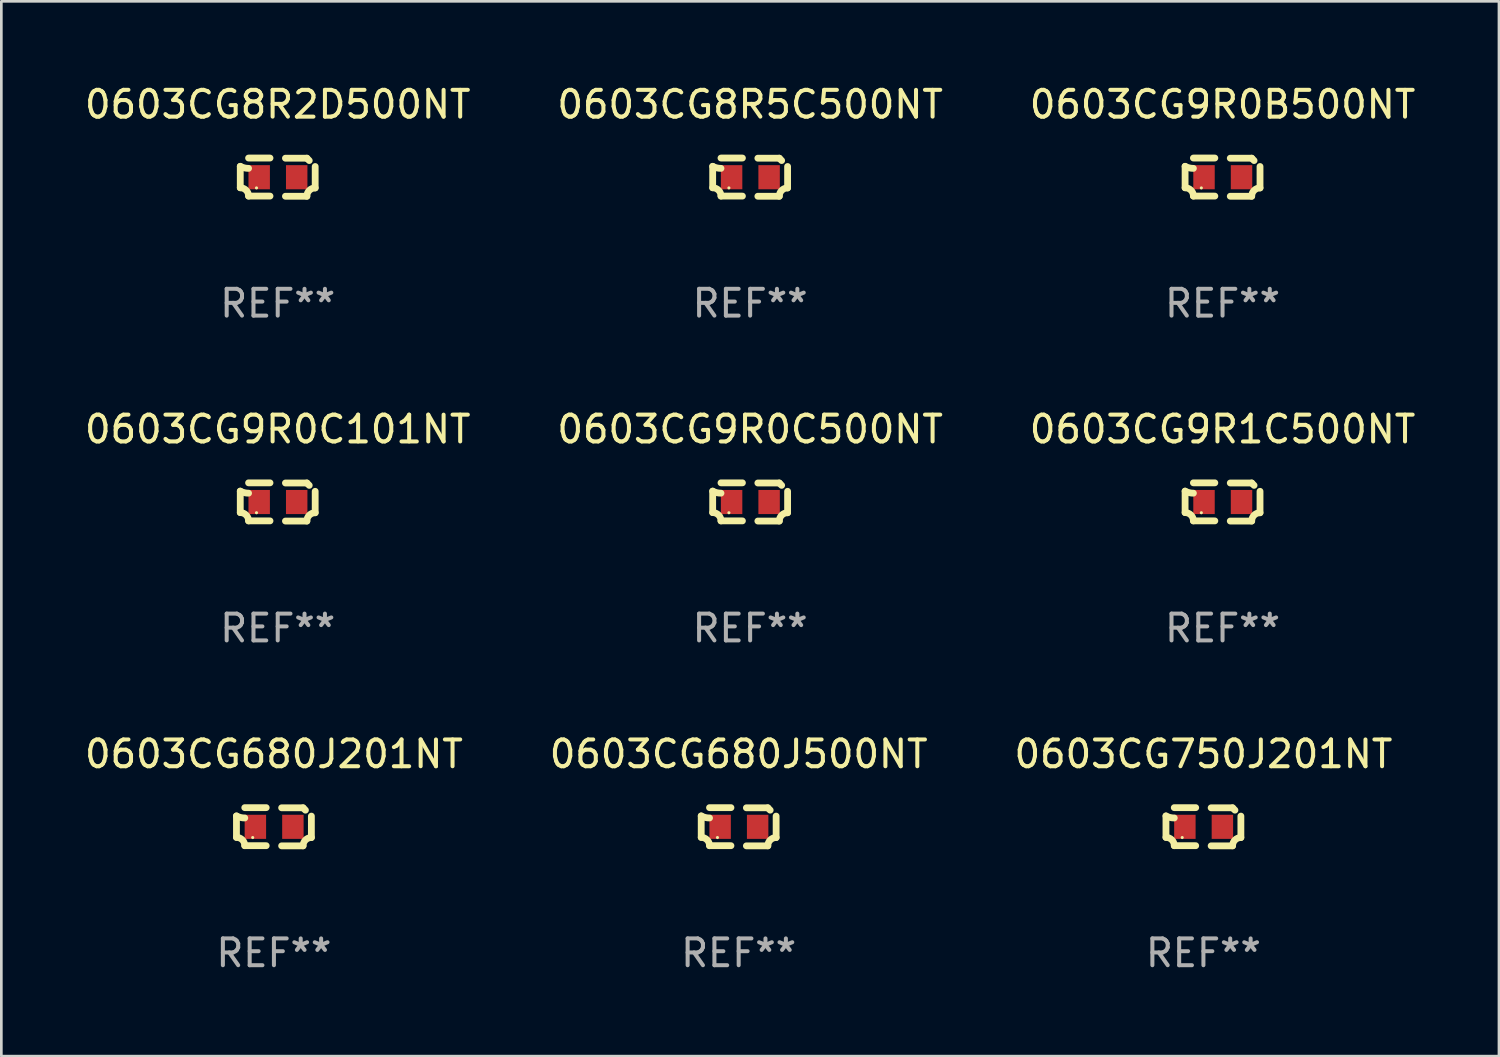
<source format=kicad_pcb>
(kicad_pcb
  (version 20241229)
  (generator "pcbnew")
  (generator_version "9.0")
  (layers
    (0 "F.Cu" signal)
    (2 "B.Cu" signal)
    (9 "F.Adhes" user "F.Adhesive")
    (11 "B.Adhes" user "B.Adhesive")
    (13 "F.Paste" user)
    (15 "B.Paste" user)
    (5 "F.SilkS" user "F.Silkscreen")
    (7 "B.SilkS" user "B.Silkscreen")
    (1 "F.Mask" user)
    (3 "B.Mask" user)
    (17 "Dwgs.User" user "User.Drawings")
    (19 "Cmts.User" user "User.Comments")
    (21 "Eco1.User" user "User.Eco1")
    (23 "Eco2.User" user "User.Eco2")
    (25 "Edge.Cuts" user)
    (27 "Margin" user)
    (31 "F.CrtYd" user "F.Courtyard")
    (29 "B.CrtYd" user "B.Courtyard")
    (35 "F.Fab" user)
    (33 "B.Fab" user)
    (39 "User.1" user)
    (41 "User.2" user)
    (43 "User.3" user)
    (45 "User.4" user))
  (footprint "0603CG750J201NT"
    (layer "F.Cu")
    (at 41.863 27.805)
    (property "Reference" "0603CG750J201NT" (at 0 -2.713 0) (layer "F.SilkS") (effects (font (size 1 1) (thickness 0.15))))
    (attr through_hole)
    (fp_line (start -1.398 -0.403) (end -1.398 0.397) (stroke (width 0.254) (type solid)) (layer "F.SilkS"))
    (fp_line (start -0.288 -0.713) (end -1.088 -0.713) (stroke (width 0.254) (type solid)) (layer "F.SilkS"))
    (fp_line (start -0.288 0.707) (end -1.088 0.707) (stroke (width 0.254) (type solid)) (layer "F.SilkS"))
    (fp_line (start 0.288 -0.707) (end 1.088 -0.707) (stroke (width 0.254) (type solid)) (layer "F.SilkS"))
    (fp_line (start 0.288 0.713) (end 1.088 0.713) (stroke (width 0.254) (type solid)) (layer "F.SilkS"))
    (fp_line (start 1.398 -0.397) (end 1.398 0.403) (stroke (width 0.254) (type solid)) (layer "F.SilkS"))
    (fp_arc (start -1.397789 0.397066) (mid -1.178701 0.487826) (end -1.08796 0.706922) (stroke (width 0.254001) (type solid)) (layer "F.SilkS"))
    (fp_arc (start -1.08796 -0.327176) (mid -1.247436 -0.346384) (end -1.39779 -0.402908) (stroke (width 0.254001) (type solid)) (layer "F.SilkS"))
    (fp_arc (start 1.087909 0.712738) (mid 1.178656 0.493655) (end 1.397739 0.402908) (stroke (width 0.254001) (type solid)) (layer "F.SilkS"))
    (fp_arc (start 1.175925 -0.618926) (mid 1.131917 -0.662923) (end 1.08791 -0.706922) (stroke (width 0.254001) (type solid)) (layer "F.SilkS"))
    (fp_circle (center -0.792 0.403) (end -0.762 0.403) (stroke (width 0.06) (type solid)) (fill no) (layer "F.SilkS"))
    (fp_text user "REF**" (at 0 4.713 0) (layer "F.Fab") (effects (font (size 1 1) (thickness 0.15))))
    (pad "1" smd rect (at -0.692 0.003) (size 0.8 0.9) (layers "F.Cu" "F.Mask" "F.Paste"))
    (pad "2" smd rect (at 0.708 0.003) (size 0.8 0.9) (layers "F.Cu" "F.Mask" "F.Paste")))
  (footprint "0603CG8R2D500NT"
    (layer "F.Cu")
    (at 7.315 3.561)
    (property "Reference" "0603CG8R2D500NT" (at 0 -2.713 0) (layer "F.SilkS") (effects (font (size 1 1) (thickness 0.15))))
    (attr through_hole)
    (fp_line (start -1.398 -0.403) (end -1.398 0.397) (stroke (width 0.254) (type solid)) (layer "F.SilkS"))
    (fp_line (start -0.288 -0.713) (end -1.088 -0.713) (stroke (width 0.254) (type solid)) (layer "F.SilkS"))
    (fp_line (start -0.288 0.707) (end -1.088 0.707) (stroke (width 0.254) (type solid)) (layer "F.SilkS"))
    (fp_line (start 0.288 -0.707) (end 1.088 -0.707) (stroke (width 0.254) (type solid)) (layer "F.SilkS"))
    (fp_line (start 0.288 0.713) (end 1.088 0.713) (stroke (width 0.254) (type solid)) (layer "F.SilkS"))
    (fp_line (start 1.398 -0.397) (end 1.398 0.403) (stroke (width 0.254) (type solid)) (layer "F.SilkS"))
    (fp_arc (start -1.397789 0.397066) (mid -1.178701 0.487826) (end -1.08796 0.706922) (stroke (width 0.254001) (type solid)) (layer "F.SilkS"))
    (fp_arc (start -1.08796 -0.327176) (mid -1.247436 -0.346384) (end -1.39779 -0.402908) (stroke (width 0.254001) (type solid)) (layer "F.SilkS"))
    (fp_arc (start 1.087909 0.712738) (mid 1.178656 0.493655) (end 1.397739 0.402908) (stroke (width 0.254001) (type solid)) (layer "F.SilkS"))
    (fp_arc (start 1.175925 -0.618926) (mid 1.131917 -0.662923) (end 1.08791 -0.706922) (stroke (width 0.254001) (type solid)) (layer "F.SilkS"))
    (fp_circle (center -0.792 0.403) (end -0.762 0.403) (stroke (width 0.06) (type solid)) (fill no) (layer "F.SilkS"))
    (fp_text user "REF**" (at 0 4.713 0) (layer "F.Fab") (effects (font (size 1 1) (thickness 0.15))))
    (pad "1" smd rect (at -0.692 0.003) (size 0.8 0.9) (layers "F.Cu" "F.Mask" "F.Paste"))
    (pad "2" smd rect (at 0.708 0.003) (size 0.8 0.9) (layers "F.Cu" "F.Mask" "F.Paste")))
  (footprint "0603CG680J500NT"
    (layer "F.Cu")
    (at 24.518 27.805)
    (property "Reference" "0603CG680J500NT" (at 0 -2.713 0) (layer "F.SilkS") (effects (font (size 1 1) (thickness 0.15))))
    (attr through_hole)
    (fp_line (start -1.398 -0.403) (end -1.398 0.397) (stroke (width 0.254) (type solid)) (layer "F.SilkS"))
    (fp_line (start -0.288 -0.713) (end -1.088 -0.713) (stroke (width 0.254) (type solid)) (layer "F.SilkS"))
    (fp_line (start -0.288 0.707) (end -1.088 0.707) (stroke (width 0.254) (type solid)) (layer "F.SilkS"))
    (fp_line (start 0.288 -0.707) (end 1.088 -0.707) (stroke (width 0.254) (type solid)) (layer "F.SilkS"))
    (fp_line (start 0.288 0.713) (end 1.088 0.713) (stroke (width 0.254) (type solid)) (layer "F.SilkS"))
    (fp_line (start 1.398 -0.397) (end 1.398 0.403) (stroke (width 0.254) (type solid)) (layer "F.SilkS"))
    (fp_arc (start -1.397789 0.397066) (mid -1.178701 0.487826) (end -1.08796 0.706922) (stroke (width 0.254001) (type solid)) (layer "F.SilkS"))
    (fp_arc (start -1.08796 -0.327176) (mid -1.247436 -0.346384) (end -1.39779 -0.402908) (stroke (width 0.254001) (type solid)) (layer "F.SilkS"))
    (fp_arc (start 1.087909 0.712738) (mid 1.178656 0.493655) (end 1.397739 0.402908) (stroke (width 0.254001) (type solid)) (layer "F.SilkS"))
    (fp_arc (start 1.175925 -0.618926) (mid 1.131917 -0.662923) (end 1.08791 -0.706922) (stroke (width 0.254001) (type solid)) (layer "F.SilkS"))
    (fp_circle (center -0.792 0.403) (end -0.762 0.403) (stroke (width 0.06) (type solid)) (fill no) (layer "F.SilkS"))
    (fp_text user "REF**" (at 0 4.713 0) (layer "F.Fab") (effects (font (size 1 1) (thickness 0.15))))
    (pad "1" smd rect (at -0.692 0.003) (size 0.8 0.9) (layers "F.Cu" "F.Mask" "F.Paste"))
    (pad "2" smd rect (at 0.708 0.003) (size 0.8 0.9) (layers "F.Cu" "F.Mask" "F.Paste")))
  (footprint "0603CG9R0C500NT"
    (layer "F.Cu")
    (at 24.946 15.683)
    (property "Reference" "0603CG9R0C500NT" (at 0 -2.713 0) (layer "F.SilkS") (effects (font (size 1 1) (thickness 0.15))))
    (attr through_hole)
    (fp_line (start -1.398 -0.403) (end -1.398 0.397) (stroke (width 0.254) (type solid)) (layer "F.SilkS"))
    (fp_line (start -0.288 -0.713) (end -1.088 -0.713) (stroke (width 0.254) (type solid)) (layer "F.SilkS"))
    (fp_line (start -0.288 0.707) (end -1.088 0.707) (stroke (width 0.254) (type solid)) (layer "F.SilkS"))
    (fp_line (start 0.288 -0.707) (end 1.088 -0.707) (stroke (width 0.254) (type solid)) (layer "F.SilkS"))
    (fp_line (start 0.288 0.713) (end 1.088 0.713) (stroke (width 0.254) (type solid)) (layer "F.SilkS"))
    (fp_line (start 1.398 -0.397) (end 1.398 0.403) (stroke (width 0.254) (type solid)) (layer "F.SilkS"))
    (fp_arc (start -1.397789 0.397066) (mid -1.178701 0.487826) (end -1.08796 0.706922) (stroke (width 0.254001) (type solid)) (layer "F.SilkS"))
    (fp_arc (start -1.08796 -0.327176) (mid -1.247436 -0.346384) (end -1.39779 -0.402908) (stroke (width 0.254001) (type solid)) (layer "F.SilkS"))
    (fp_arc (start 1.087909 0.712738) (mid 1.178656 0.493655) (end 1.397739 0.402908) (stroke (width 0.254001) (type solid)) (layer "F.SilkS"))
    (fp_arc (start 1.175925 -0.618926) (mid 1.131917 -0.662923) (end 1.08791 -0.706922) (stroke (width 0.254001) (type solid)) (layer "F.SilkS"))
    (fp_circle (center -0.792 0.403) (end -0.762 0.403) (stroke (width 0.06) (type solid)) (fill no) (layer "F.SilkS"))
    (fp_text user "REF**" (at 0 4.713 0) (layer "F.Fab") (effects (font (size 1 1) (thickness 0.15))))
    (pad "1" smd rect (at -0.692 0.003) (size 0.8 0.9) (layers "F.Cu" "F.Mask" "F.Paste"))
    (pad "2" smd rect (at 0.708 0.003) (size 0.8 0.9) (layers "F.Cu" "F.Mask" "F.Paste")))
  (footprint "0603CG8R5C500NT"
    (layer "F.Cu")
    (at 24.946 3.561)
    (property "Reference" "0603CG8R5C500NT" (at 0 -2.713 0) (layer "F.SilkS") (effects (font (size 1 1) (thickness 0.15))))
    (attr through_hole)
    (fp_line (start -1.398 -0.403) (end -1.398 0.397) (stroke (width 0.254) (type solid)) (layer "F.SilkS"))
    (fp_line (start -0.288 -0.713) (end -1.088 -0.713) (stroke (width 0.254) (type solid)) (layer "F.SilkS"))
    (fp_line (start -0.288 0.707) (end -1.088 0.707) (stroke (width 0.254) (type solid)) (layer "F.SilkS"))
    (fp_line (start 0.288 -0.707) (end 1.088 -0.707) (stroke (width 0.254) (type solid)) (layer "F.SilkS"))
    (fp_line (start 0.288 0.713) (end 1.088 0.713) (stroke (width 0.254) (type solid)) (layer "F.SilkS"))
    (fp_line (start 1.398 -0.397) (end 1.398 0.403) (stroke (width 0.254) (type solid)) (layer "F.SilkS"))
    (fp_arc (start -1.397789 0.397066) (mid -1.178701 0.487826) (end -1.08796 0.706922) (stroke (width 0.254001) (type solid)) (layer "F.SilkS"))
    (fp_arc (start -1.08796 -0.327176) (mid -1.247436 -0.346384) (end -1.39779 -0.402908) (stroke (width 0.254001) (type solid)) (layer "F.SilkS"))
    (fp_arc (start 1.087909 0.712738) (mid 1.178656 0.493655) (end 1.397739 0.402908) (stroke (width 0.254001) (type solid)) (layer "F.SilkS"))
    (fp_arc (start 1.175925 -0.618926) (mid 1.131917 -0.662923) (end 1.08791 -0.706922) (stroke (width 0.254001) (type solid)) (layer "F.SilkS"))
    (fp_circle (center -0.792 0.403) (end -0.762 0.403) (stroke (width 0.06) (type solid)) (fill no) (layer "F.SilkS"))
    (fp_text user "REF**" (at 0 4.713 0) (layer "F.Fab") (effects (font (size 1 1) (thickness 0.15))))
    (pad "1" smd rect (at -0.692 0.003) (size 0.8 0.9) (layers "F.Cu" "F.Mask" "F.Paste"))
    (pad "2" smd rect (at 0.708 0.003) (size 0.8 0.9) (layers "F.Cu" "F.Mask" "F.Paste")))
  (footprint "0603CG680J201NT"
    (layer "F.Cu")
    (at 7.173 27.805)
    (property "Reference" "0603CG680J201NT" (at 0 -2.713 0) (layer "F.SilkS") (effects (font (size 1 1) (thickness 0.15))))
    (attr through_hole)
    (fp_line (start -1.398 -0.403) (end -1.398 0.397) (stroke (width 0.254) (type solid)) (layer "F.SilkS"))
    (fp_line (start -0.288 -0.713) (end -1.088 -0.713) (stroke (width 0.254) (type solid)) (layer "F.SilkS"))
    (fp_line (start -0.288 0.707) (end -1.088 0.707) (stroke (width 0.254) (type solid)) (layer "F.SilkS"))
    (fp_line (start 0.288 -0.707) (end 1.088 -0.707) (stroke (width 0.254) (type solid)) (layer "F.SilkS"))
    (fp_line (start 0.288 0.713) (end 1.088 0.713) (stroke (width 0.254) (type solid)) (layer "F.SilkS"))
    (fp_line (start 1.398 -0.397) (end 1.398 0.403) (stroke (width 0.254) (type solid)) (layer "F.SilkS"))
    (fp_arc (start -1.397789 0.397066) (mid -1.178701 0.487826) (end -1.08796 0.706922) (stroke (width 0.254001) (type solid)) (layer "F.SilkS"))
    (fp_arc (start -1.08796 -0.327176) (mid -1.247436 -0.346384) (end -1.39779 -0.402908) (stroke (width 0.254001) (type solid)) (layer "F.SilkS"))
    (fp_arc (start 1.087909 0.712738) (mid 1.178656 0.493655) (end 1.397739 0.402908) (stroke (width 0.254001) (type solid)) (layer "F.SilkS"))
    (fp_arc (start 1.175925 -0.618926) (mid 1.131917 -0.662923) (end 1.08791 -0.706922) (stroke (width 0.254001) (type solid)) (layer "F.SilkS"))
    (fp_circle (center -0.792 0.403) (end -0.762 0.403) (stroke (width 0.06) (type solid)) (fill no) (layer "F.SilkS"))
    (fp_text user "REF**" (at 0 4.713 0) (layer "F.Fab") (effects (font (size 1 1) (thickness 0.15))))
    (pad "1" smd rect (at -0.692 0.003) (size 0.8 0.9) (layers "F.Cu" "F.Mask" "F.Paste"))
    (pad "2" smd rect (at 0.708 0.003) (size 0.8 0.9) (layers "F.Cu" "F.Mask" "F.Paste")))
  (footprint "0603CG9R1C500NT"
    (layer "F.Cu")
    (at 42.577 15.683)
    (property "Reference" "0603CG9R1C500NT" (at 0 -2.713 0) (layer "F.SilkS") (effects (font (size 1 1) (thickness 0.15))))
    (attr through_hole)
    (fp_line (start -1.398 -0.403) (end -1.398 0.397) (stroke (width 0.254) (type solid)) (layer "F.SilkS"))
    (fp_line (start -0.288 -0.713) (end -1.088 -0.713) (stroke (width 0.254) (type solid)) (layer "F.SilkS"))
    (fp_line (start -0.288 0.707) (end -1.088 0.707) (stroke (width 0.254) (type solid)) (layer "F.SilkS"))
    (fp_line (start 0.288 -0.707) (end 1.088 -0.707) (stroke (width 0.254) (type solid)) (layer "F.SilkS"))
    (fp_line (start 0.288 0.713) (end 1.088 0.713) (stroke (width 0.254) (type solid)) (layer "F.SilkS"))
    (fp_line (start 1.398 -0.397) (end 1.398 0.403) (stroke (width 0.254) (type solid)) (layer "F.SilkS"))
    (fp_arc (start -1.397789 0.397066) (mid -1.178701 0.487826) (end -1.08796 0.706922) (stroke (width 0.254001) (type solid)) (layer "F.SilkS"))
    (fp_arc (start -1.08796 -0.327176) (mid -1.247436 -0.346384) (end -1.39779 -0.402908) (stroke (width 0.254001) (type solid)) (layer "F.SilkS"))
    (fp_arc (start 1.087909 0.712738) (mid 1.178656 0.493655) (end 1.397739 0.402908) (stroke (width 0.254001) (type solid)) (layer "F.SilkS"))
    (fp_arc (start 1.175925 -0.618926) (mid 1.131917 -0.662923) (end 1.08791 -0.706922) (stroke (width 0.254001) (type solid)) (layer "F.SilkS"))
    (fp_circle (center -0.792 0.403) (end -0.762 0.403) (stroke (width 0.06) (type solid)) (fill no) (layer "F.SilkS"))
    (fp_text user "REF**" (at 0 4.713 0) (layer "F.Fab") (effects (font (size 1 1) (thickness 0.15))))
    (pad "1" smd rect (at -0.692 0.003) (size 0.8 0.9) (layers "F.Cu" "F.Mask" "F.Paste"))
    (pad "2" smd rect (at 0.708 0.003) (size 0.8 0.9) (layers "F.Cu" "F.Mask" "F.Paste")))
  (footprint "0603CG9R0C101NT"
    (layer "F.Cu")
    (at 7.315 15.683)
    (property "Reference" "0603CG9R0C101NT" (at 0 -2.713 0) (layer "F.SilkS") (effects (font (size 1 1) (thickness 0.15))))
    (attr through_hole)
    (fp_line (start -1.398 -0.403) (end -1.398 0.397) (stroke (width 0.254) (type solid)) (layer "F.SilkS"))
    (fp_line (start -0.288 -0.713) (end -1.088 -0.713) (stroke (width 0.254) (type solid)) (layer "F.SilkS"))
    (fp_line (start -0.288 0.707) (end -1.088 0.707) (stroke (width 0.254) (type solid)) (layer "F.SilkS"))
    (fp_line (start 0.288 -0.707) (end 1.088 -0.707) (stroke (width 0.254) (type solid)) (layer "F.SilkS"))
    (fp_line (start 0.288 0.713) (end 1.088 0.713) (stroke (width 0.254) (type solid)) (layer "F.SilkS"))
    (fp_line (start 1.398 -0.397) (end 1.398 0.403) (stroke (width 0.254) (type solid)) (layer "F.SilkS"))
    (fp_arc (start -1.397789 0.397066) (mid -1.178701 0.487826) (end -1.08796 0.706922) (stroke (width 0.254001) (type solid)) (layer "F.SilkS"))
    (fp_arc (start -1.08796 -0.327176) (mid -1.247436 -0.346384) (end -1.39779 -0.402908) (stroke (width 0.254001) (type solid)) (layer "F.SilkS"))
    (fp_arc (start 1.087909 0.712738) (mid 1.178656 0.493655) (end 1.397739 0.402908) (stroke (width 0.254001) (type solid)) (layer "F.SilkS"))
    (fp_arc (start 1.175925 -0.618926) (mid 1.131917 -0.662923) (end 1.08791 -0.706922) (stroke (width 0.254001) (type solid)) (layer "F.SilkS"))
    (fp_circle (center -0.792 0.403) (end -0.762 0.403) (stroke (width 0.06) (type solid)) (fill no) (layer "F.SilkS"))
    (fp_text user "REF**" (at 0 4.713 0) (layer "F.Fab") (effects (font (size 1 1) (thickness 0.15))))
    (pad "1" smd rect (at -0.692 0.003) (size 0.8 0.9) (layers "F.Cu" "F.Mask" "F.Paste"))
    (pad "2" smd rect (at 0.708 0.003) (size 0.8 0.9) (layers "F.Cu" "F.Mask" "F.Paste")))
  (footprint "0603CG9R0B500NT"
    (layer "F.Cu")
    (at 42.577 3.561)
    (property "Reference" "0603CG9R0B500NT" (at 0 -2.713 0) (layer "F.SilkS") (effects (font (size 1 1) (thickness 0.15))))
    (attr through_hole)
    (fp_line (start -1.398 -0.403) (end -1.398 0.397) (stroke (width 0.254) (type solid)) (layer "F.SilkS"))
    (fp_line (start -0.288 -0.713) (end -1.088 -0.713) (stroke (width 0.254) (type solid)) (layer "F.SilkS"))
    (fp_line (start -0.288 0.707) (end -1.088 0.707) (stroke (width 0.254) (type solid)) (layer "F.SilkS"))
    (fp_line (start 0.288 -0.707) (end 1.088 -0.707) (stroke (width 0.254) (type solid)) (layer "F.SilkS"))
    (fp_line (start 0.288 0.713) (end 1.088 0.713) (stroke (width 0.254) (type solid)) (layer "F.SilkS"))
    (fp_line (start 1.398 -0.397) (end 1.398 0.403) (stroke (width 0.254) (type solid)) (layer "F.SilkS"))
    (fp_arc (start -1.397789 0.397066) (mid -1.178701 0.487826) (end -1.08796 0.706922) (stroke (width 0.254001) (type solid)) (layer "F.SilkS"))
    (fp_arc (start -1.08796 -0.327176) (mid -1.247436 -0.346384) (end -1.39779 -0.402908) (stroke (width 0.254001) (type solid)) (layer "F.SilkS"))
    (fp_arc (start 1.087909 0.712738) (mid 1.178656 0.493655) (end 1.397739 0.402908) (stroke (width 0.254001) (type solid)) (layer "F.SilkS"))
    (fp_arc (start 1.175925 -0.618926) (mid 1.131917 -0.662923) (end 1.08791 -0.706922) (stroke (width 0.254001) (type solid)) (layer "F.SilkS"))
    (fp_circle (center -0.792 0.403) (end -0.762 0.403) (stroke (width 0.06) (type solid)) (fill no) (layer "F.SilkS"))
    (fp_text user "REF**" (at 0 4.713 0) (layer "F.Fab") (effects (font (size 1 1) (thickness 0.15))))
    (pad "1" smd rect (at -0.692 0.003) (size 0.8 0.9) (layers "F.Cu" "F.Mask" "F.Paste"))
    (pad "2" smd rect (at 0.708 0.003) (size 0.8 0.9) (layers "F.Cu" "F.Mask" "F.Paste")))
  (gr_rect
    (start -3 -3)
    (end 52.893 36.366)
    (stroke (width 0.1) (type default))
    (fill no)
    (layer "Edge.Cuts")))
</source>
